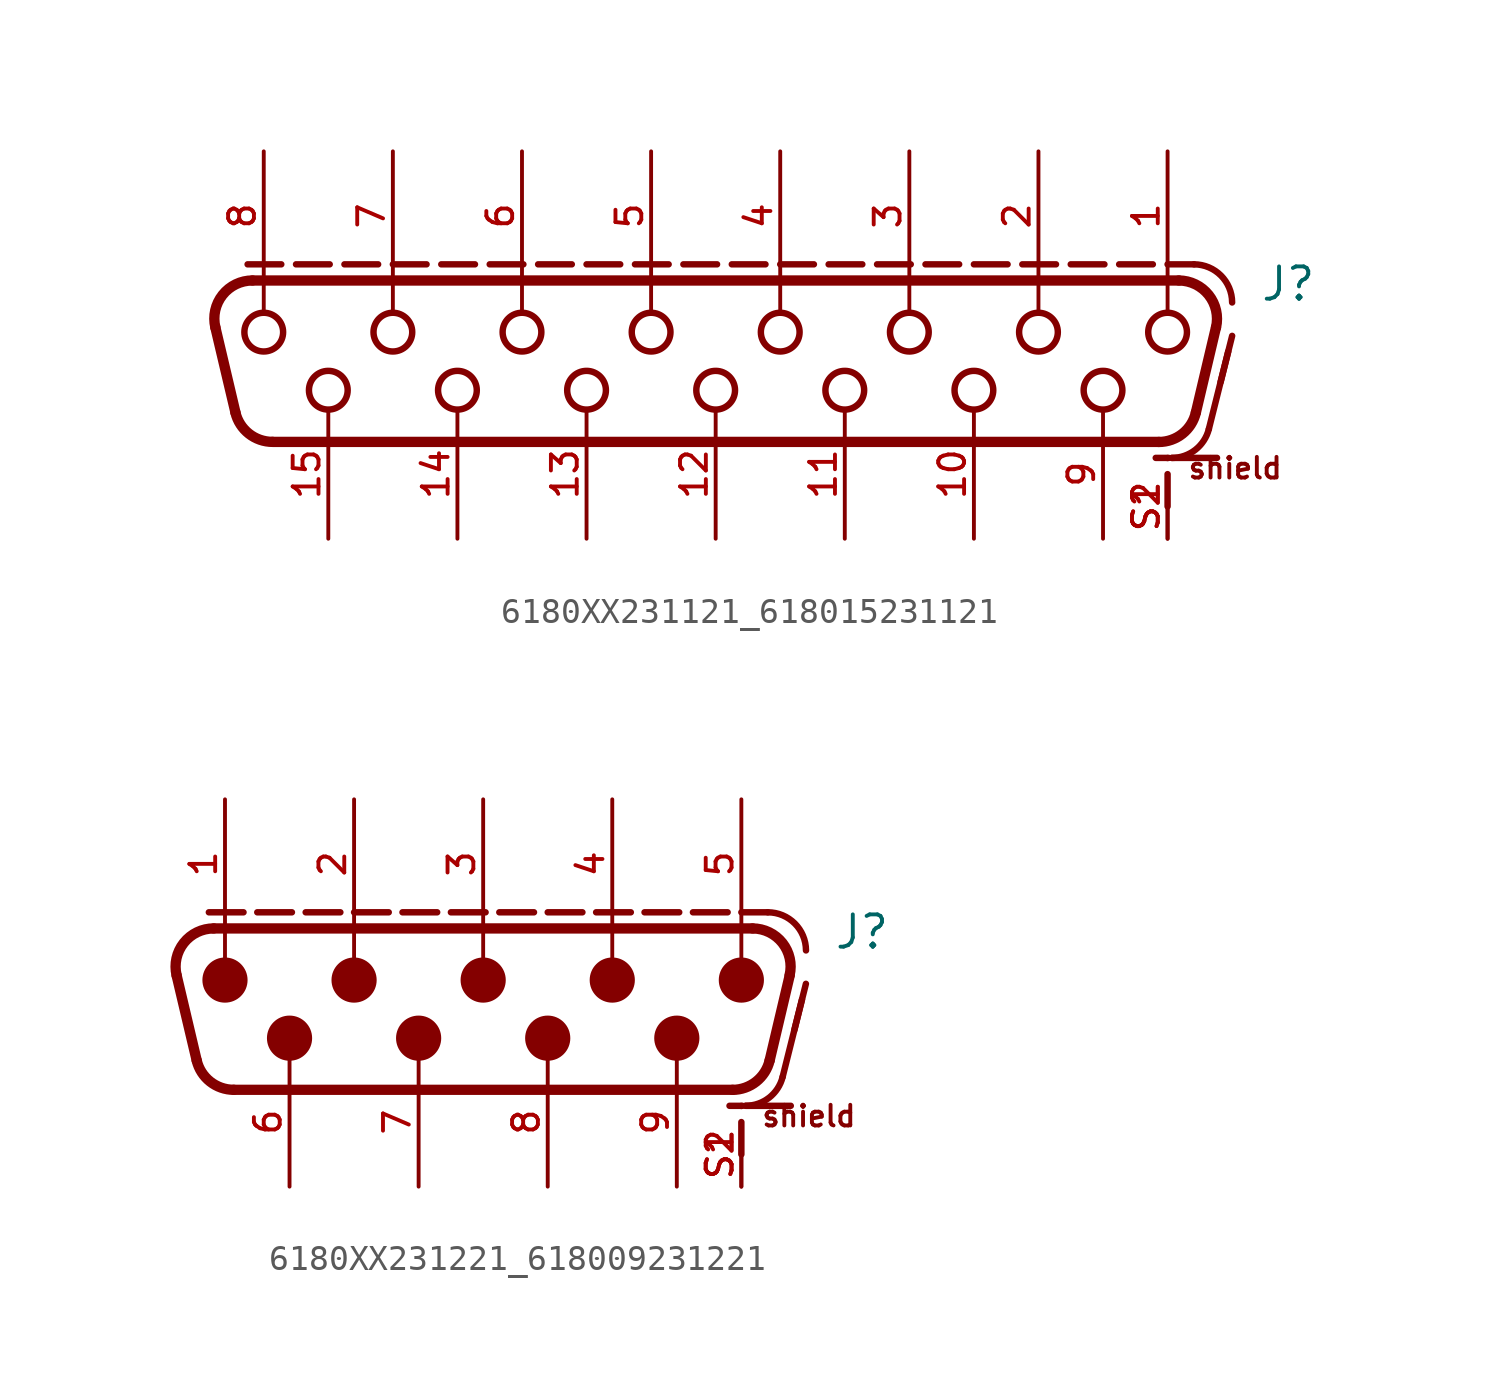
<source format=kicad_sym>
(kicad_symbol_lib
  (version 20241209)
  (generator "kicad_symbol_editor")
  (generator_version "9.0")
  (symbol "6180XX231121_618015231121"
    (pin_names
      (offset 1.016))
    (property "Reference" "J"
      (at 21.4 1.66 0)
      (effects (font (size 1.27 1.27)) (justify left bottom)))
    (symbol "6180XX231121_618015231121_0_0"
      (polyline (pts (xy -18.893 -2.655) (xy -19.684 0.695)) (stroke (width 0.406) (type default)) (fill (type none)))
      (polyline (pts (xy -18.415 3.175) (xy -17.09 3.175)) (stroke (width 0.254) (type default)) (fill (type none)))
      (polyline (pts (xy -18.224 2.54) (xy 18.224 2.54)) (stroke (width 0.406) (type default)) (fill (type none)))
      (arc (start -19.6842 0.6952) (mid -19.4006 1.9708) (end -18.2244 2.54) (stroke (width 0.4064) (type default)) (fill (type none)))
      (polyline (pts (xy -17.78 2.58) (xy -17.78 1.3)) (stroke (width 0.152) (type default)) (fill (type none)))
      (circle (center -17.78 0.508) (radius 0.762) (stroke (width 0.254) (type default)) (fill (type none)))
      (arc (start -17.4331 -3.81) (mid -18.3639 -3.4863) (end -18.8929 -2.6548) (stroke (width 0.4064) (type default)) (fill (type none)))
      (polyline (pts (xy -16.51 3.175) (xy -15.185 3.175)) (stroke (width 0.254) (type default)) (fill (type none)))
      (circle (center -15.24 -1.778) (radius 0.762) (stroke (width 0.254) (type default)) (fill (type none)))
      (polyline (pts (xy -14.605 3.175) (xy -13.28 3.175)) (stroke (width 0.254) (type default)) (fill (type none)))
      (polyline (pts (xy -12.7 3.175) (xy -11.375 3.175)) (stroke (width 0.254) (type default)) (fill (type none)))
      (polyline (pts (xy -12.7 2.58) (xy -12.7 1.3)) (stroke (width 0.152) (type default)) (fill (type none)))
      (circle (center -12.7 0.508) (radius 0.762) (stroke (width 0.254) (type default)) (fill (type none)))
      (polyline (pts (xy -10.795 3.175) (xy -9.47 3.175)) (stroke (width 0.254) (type default)) (fill (type none)))
      (circle (center -10.16 -1.778) (radius 0.762) (stroke (width 0.254) (type default)) (fill (type none)))
      (polyline (pts (xy -8.89 3.175) (xy -7.565 3.175)) (stroke (width 0.254) (type default)) (fill (type none)))
      (polyline (pts (xy -7.62 2.58) (xy -7.62 1.3)) (stroke (width 0.152) (type default)) (fill (type none)))
      (circle (center -7.62 0.508) (radius 0.762) (stroke (width 0.254) (type default)) (fill (type none)))
      (polyline (pts (xy -6.985 3.175) (xy -5.66 3.175)) (stroke (width 0.254) (type default)) (fill (type none)))
      (polyline (pts (xy -5.08 3.175) (xy -3.755 3.175)) (stroke (width 0.254) (type default)) (fill (type none)))
      (circle (center -5.08 -1.778) (radius 0.762) (stroke (width 0.254) (type default)) (fill (type none)))
      (polyline (pts (xy -3.175 3.175) (xy -1.85 3.175)) (stroke (width 0.254) (type default)) (fill (type none)))
      (polyline (pts (xy -2.54 2.58) (xy -2.54 1.3)) (stroke (width 0.152) (type default)) (fill (type none)))
      (circle (center -2.54 0.508) (radius 0.762) (stroke (width 0.254) (type default)) (fill (type none)))
      (polyline (pts (xy -1.27 3.175) (xy 0.055 3.175)) (stroke (width 0.254) (type default)) (fill (type none)))
      (circle (center 0 -1.778) (radius 0.762) (stroke (width 0.254) (type default)) (fill (type none)))
      (polyline (pts (xy 0.635 3.175) (xy 1.96 3.175)) (stroke (width 0.254) (type default)) (fill (type none)))
      (polyline (pts (xy 2.54 3.175) (xy 3.865 3.175)) (stroke (width 0.254) (type default)) (fill (type none)))
      (polyline (pts (xy 2.54 2.58) (xy 2.54 1.3)) (stroke (width 0.152) (type default)) (fill (type none)))
      (circle (center 2.54 0.508) (radius 0.762) (stroke (width 0.254) (type default)) (fill (type none)))
      (polyline (pts (xy 4.445 3.175) (xy 5.77 3.175)) (stroke (width 0.254) (type default)) (fill (type none)))
      (circle (center 5.08 -1.778) (radius 0.762) (stroke (width 0.254) (type default)) (fill (type none)))
      (polyline (pts (xy 6.35 3.175) (xy 7.675 3.175)) (stroke (width 0.254) (type default)) (fill (type none)))
      (polyline (pts (xy 7.62 2.58) (xy 7.62 1.3)) (stroke (width 0.152) (type default)) (fill (type none)))
      (circle (center 7.62 0.508) (radius 0.762) (stroke (width 0.254) (type default)) (fill (type none)))
      (polyline (pts (xy 8.255 3.175) (xy 9.58 3.175)) (stroke (width 0.254) (type default)) (fill (type none)))
      (polyline (pts (xy 10.16 3.175) (xy 11.485 3.175)) (stroke (width 0.254) (type default)) (fill (type none)))
      (circle (center 10.16 -1.778) (radius 0.762) (stroke (width 0.254) (type default)) (fill (type none)))
      (polyline (pts (xy 12.065 3.175) (xy 13.39 3.175)) (stroke (width 0.254) (type default)) (fill (type none)))
      (polyline (pts (xy 12.7 2.58) (xy 12.7 1.3)) (stroke (width 0.152) (type default)) (fill (type none)))
      (circle (center 12.7 0.508) (radius 0.762) (stroke (width 0.254) (type default)) (fill (type none)))
      (polyline (pts (xy 13.97 3.175) (xy 15.295 3.175)) (stroke (width 0.254) (type default)) (fill (type none)))
      (circle (center 15.24 -1.778) (radius 0.762) (stroke (width 0.254) (type default)) (fill (type none)))
      (polyline (pts (xy 15.875 3.175) (xy 17.2 3.175)) (stroke (width 0.254) (type default)) (fill (type none)))
      (polyline (pts (xy 17.433 -3.81) (xy -17.433 -3.81)) (stroke (width 0.406) (type default)) (fill (type none)))
      (arc (start 18.8929 -2.6548) (mid 18.3642 -3.4874) (end 17.4331 -3.81) (stroke (width 0.4064) (type default)) (fill (type none)))
      (polyline (pts (xy 17.78 3.175) (xy 18.82 3.175)) (stroke (width 0.254) (type default)) (fill (type none)))
      (polyline (pts (xy 17.78 2.58) (xy 17.78 1.3)) (stroke (width 0.152) (type default)) (fill (type none)))
      (circle (center 17.78 0.508) (radius 0.762) (stroke (width 0.254) (type default)) (fill (type none)))
      (polyline (pts (xy 17.78 -4.445) (xy 17.78 -4.445)) (stroke (width 0.254) (type default)) (fill (type none)))
      (polyline (pts (xy 17.78 -6.35) (xy 17.78 -5.08)) (stroke (width 0.254) (type default)) (fill (type none)))
      (polyline (pts (xy 17.82 -4.44) (xy 17.314 -4.44)) (stroke (width 0.254) (type default)) (fill (type none)))
      (arc (start 19.4041 -3.3038) (mid 18.8719 -4.1219) (end 17.9488 -4.44) (stroke (width 0.254) (type default)) (fill (type none)))
      (arc (start 18.2244 2.54) (mid 19.3973 1.9695) (end 19.6842 0.6952) (stroke (width 0.4064) (type default)) (fill (type none)))
      (arc (start 18.82 3.175) (mid 19.8807 2.7357) (end 20.32 1.675) (stroke (width 0.254) (type default)) (fill (type none)))
      (polyline (pts (xy 19.404 -3.304) (xy 20.166 -0.256)) (stroke (width 0.254) (type default)) (fill (type none)))
      (polyline (pts (xy 19.684 0.695) (xy 18.893 -2.655)) (stroke (width 0.406) (type default)) (fill (type none)))
      (polyline (pts (xy 19.725 -4.44) (xy 17.949 -4.44)) (stroke (width 0.254) (type default)) (fill (type none)))
      (polyline (pts (xy 19.866 -1.456) (xy 20.32 0.36)) (stroke (width 0.254) (type default)) (fill (type none)))
      (text "shield" (at 18.52 -5.32 0) (effects (font (size 0.813 0.813)) (justify left bottom)))
      (pin bidirectional line (at -17.78 7.62 270) (length 5.08) (name "~" (effects (font (size 1.016 1.016)))) (number "8" (effects (font (size 1.016 1.016)))))
      (pin bidirectional line (at -15.24 -7.62 90) (length 5.08) (name "~" (effects (font (size 1.016 1.016)))) (number "15" (effects (font (size 1.016 1.016)))))
      (pin bidirectional line (at -12.7 7.62 270) (length 5.08) (name "~" (effects (font (size 1.016 1.016)))) (number "7" (effects (font (size 1.016 1.016)))))
      (pin bidirectional line (at -10.16 -7.62 90) (length 5.08) (name "~" (effects (font (size 1.016 1.016)))) (number "14" (effects (font (size 1.016 1.016)))))
      (pin bidirectional line (at -7.62 7.62 270) (length 5.08) (name "~" (effects (font (size 1.016 1.016)))) (number "6" (effects (font (size 1.016 1.016)))))
      (pin bidirectional line (at -5.08 -7.62 90) (length 5.08) (name "~" (effects (font (size 1.016 1.016)))) (number "13" (effects (font (size 1.016 1.016)))))
      (pin bidirectional line (at -2.54 7.62 270) (length 5.08) (name "~" (effects (font (size 1.016 1.016)))) (number "5" (effects (font (size 1.016 1.016)))))
      (pin bidirectional line (at 0 -7.62 90) (length 5.08) (name "~" (effects (font (size 1.016 1.016)))) (number "12" (effects (font (size 1.016 1.016)))))
      (pin bidirectional line (at 2.54 7.62 270) (length 5.08) (name "~" (effects (font (size 1.016 1.016)))) (number "4" (effects (font (size 1.016 1.016)))))
      (pin bidirectional line (at 5.08 -7.62 90) (length 5.08) (name "~" (effects (font (size 1.016 1.016)))) (number "11" (effects (font (size 1.016 1.016)))))
      (pin bidirectional line (at 7.62 7.62 270) (length 5.08) (name "~" (effects (font (size 1.016 1.016)))) (number "3" (effects (font (size 1.016 1.016)))))
      (pin bidirectional line (at 10.16 -7.62 90) (length 5.08) (name "~" (effects (font (size 1.016 1.016)))) (number "10" (effects (font (size 1.016 1.016)))))
      (pin bidirectional line (at 12.7 7.62 270) (length 5.08) (name "~" (effects (font (size 1.016 1.016)))) (number "2" (effects (font (size 1.016 1.016)))))
      (pin bidirectional line (at 15.24 -7.62 90) (length 5.08) (name "~" (effects (font (size 1.016 1.016)))) (number "9" (effects (font (size 1.016 1.016)))))
      (pin bidirectional line (at 17.78 7.62 270) (length 5.08) (name "~" (effects (font (size 1.016 1.016)))) (number "1" (effects (font (size 1.016 1.016)))))
      (pin bidirectional line (at 17.78 -7.62 90) (length 2.54) (name "~" (effects (font (size 1.016 1.016)))) (number "S1" (effects (font (size 1.016 1.016)))))
      (pin bidirectional line (at 17.78 -7.62 90) (length 2.54) (name "~" (effects (font (size 1.016 1.016)))) (number "S2" (effects (font (size 1.016 1.016)))))))
  (symbol "6180XX231221_618009231221"
    (pin_names
      (offset 1.016))
    (property "Reference" "J"
      (at 13.78 1.66 0)
      (effects (font (size 1.27 1.27)) (justify left bottom)))
    (symbol "6180XX231221_618009231221_0_0"
      (polyline (pts (xy -11.273 -2.655) (xy -12.064 0.695)) (stroke (width 0.406) (type default)) (fill (type none)))
      (polyline (pts (xy -10.795 3.175) (xy -9.431 3.175)) (stroke (width 0.254) (type default)) (fill (type none)))
      (polyline (pts (xy -10.604 2.54) (xy 10.604 2.54)) (stroke (width 0.406) (type default)) (fill (type none)))
      (arc (start -12.0642 0.6952) (mid -11.7806 1.9708) (end -10.6044 2.54) (stroke (width 0.4064) (type default)) (fill (type none)))
      (polyline (pts (xy -10.16 2.58) (xy -10.16 0.4)) (stroke (width 0.152) (type default)) (fill (type none)))
      (circle (center -10.16 0.508) (radius 0.762) (stroke (width 0.254) (type default)) (fill (type outline)))
      (arc (start -9.8131 -3.81) (mid -10.7439 -3.4862) (end -11.2729 -2.6548) (stroke (width 0.4064) (type default)) (fill (type none)))
      (polyline (pts (xy -8.89 3.175) (xy -7.526 3.175)) (stroke (width 0.254) (type default)) (fill (type none)))
      (circle (center -7.62 -1.778) (radius 0.762) (stroke (width 0.254) (type default)) (fill (type outline)))
      (polyline (pts (xy -6.985 3.175) (xy -5.62 3.175)) (stroke (width 0.254) (type default)) (fill (type none)))
      (polyline (pts (xy -5.08 3.175) (xy -3.716 3.175)) (stroke (width 0.254) (type default)) (fill (type none)))
      (polyline (pts (xy -5.08 2.58) (xy -5.08 0.4)) (stroke (width 0.152) (type default)) (fill (type none)))
      (circle (center -5.08 0.508) (radius 0.762) (stroke (width 0.254) (type default)) (fill (type outline)))
      (polyline (pts (xy -3.175 3.175) (xy -1.81 3.175)) (stroke (width 0.254) (type default)) (fill (type none)))
      (circle (center -2.54 -1.778) (radius 0.762) (stroke (width 0.254) (type default)) (fill (type outline)))
      (polyline (pts (xy -1.27 3.175) (xy 0.095 3.175)) (stroke (width 0.254) (type default)) (fill (type none)))
      (polyline (pts (xy 0 2.58) (xy 0 0.4)) (stroke (width 0.152) (type default)) (fill (type none)))
      (circle (center 0 0.508) (radius 0.762) (stroke (width 0.254) (type default)) (fill (type outline)))
      (polyline (pts (xy 0.635 3.175) (xy 2 3.175)) (stroke (width 0.254) (type default)) (fill (type none)))
      (polyline (pts (xy 2.54 3.175) (xy 3.905 3.175)) (stroke (width 0.254) (type default)) (fill (type none)))
      (circle (center 2.54 -1.778) (radius 0.762) (stroke (width 0.254) (type default)) (fill (type outline)))
      (polyline (pts (xy 4.445 3.175) (xy 5.81 3.175)) (stroke (width 0.254) (type default)) (fill (type none)))
      (polyline (pts (xy 5.08 2.58) (xy 5.08 0.4)) (stroke (width 0.152) (type default)) (fill (type none)))
      (circle (center 5.08 0.508) (radius 0.762) (stroke (width 0.254) (type default)) (fill (type outline)))
      (polyline (pts (xy 6.35 3.175) (xy 7.715 3.175)) (stroke (width 0.254) (type default)) (fill (type none)))
      (circle (center 7.62 -1.778) (radius 0.762) (stroke (width 0.254) (type default)) (fill (type outline)))
      (polyline (pts (xy 8.255 3.175) (xy 9.62 3.175)) (stroke (width 0.254) (type default)) (fill (type none)))
      (arc (start 11.2729 -2.6548) (mid 10.7439 -3.4863) (end 9.8131 -3.81) (stroke (width 0.4064) (type default)) (fill (type none)))
      (polyline (pts (xy 9.813 -3.81) (xy -9.813 -3.81)) (stroke (width 0.406) (type default)) (fill (type none)))
      (polyline (pts (xy 10.16 3.175) (xy 11.2 3.175)) (stroke (width 0.254) (type default)) (fill (type none)))
      (polyline (pts (xy 10.16 2.58) (xy 10.16 0.4)) (stroke (width 0.152) (type default)) (fill (type none)))
      (circle (center 10.16 0.508) (radius 0.762) (stroke (width 0.254) (type default)) (fill (type outline)))
      (polyline (pts (xy 10.16 -4.445) (xy 10.16 -4.445)) (stroke (width 0.254) (type default)) (fill (type none)))
      (polyline (pts (xy 10.16 -6.35) (xy 10.16 -5.08)) (stroke (width 0.254) (type default)) (fill (type none)))
      (polyline (pts (xy 10.2 -4.44) (xy 9.694 -4.44)) (stroke (width 0.254) (type default)) (fill (type none)))
      (arc (start 11.7841 -3.3038) (mid 11.2519 -4.1219) (end 10.3288 -4.44) (stroke (width 0.254) (type default)) (fill (type none)))
      (arc (start 10.6044 2.54) (mid 11.7804 1.9707) (end 12.0642 0.6952) (stroke (width 0.4064) (type default)) (fill (type none)))
      (arc (start 11.2 3.175) (mid 12.2607 2.7357) (end 12.7 1.675) (stroke (width 0.254) (type default)) (fill (type none)))
      (polyline (pts (xy 11.784 -3.304) (xy 12.546 -0.256)) (stroke (width 0.254) (type default)) (fill (type none)))
      (polyline (pts (xy 12.064 0.695) (xy 11.273 -2.655)) (stroke (width 0.406) (type default)) (fill (type none)))
      (polyline (pts (xy 12.105 -4.44) (xy 10.329 -4.44)) (stroke (width 0.254) (type default)) (fill (type none)))
      (polyline (pts (xy 12.246 -1.456) (xy 12.7 0.36)) (stroke (width 0.254) (type default)) (fill (type none)))
      (text "shield" (at 10.9 -5.32 0) (effects (font (size 0.813 0.813)) (justify left bottom)))
      (pin bidirectional line (at -10.16 7.62 270) (length 5.08) (name "~" (effects (font (size 1.016 1.016)))) (number "1" (effects (font (size 1.016 1.016)))))
      (pin bidirectional line (at -7.62 -7.62 90) (length 5.08) (name "~" (effects (font (size 1.016 1.016)))) (number "6" (effects (font (size 1.016 1.016)))))
      (pin bidirectional line (at -5.08 7.62 270) (length 5.08) (name "~" (effects (font (size 1.016 1.016)))) (number "2" (effects (font (size 1.016 1.016)))))
      (pin bidirectional line (at -2.54 -7.62 90) (length 5.08) (name "~" (effects (font (size 1.016 1.016)))) (number "7" (effects (font (size 1.016 1.016)))))
      (pin bidirectional line (at 0 7.62 270) (length 5.08) (name "~" (effects (font (size 1.016 1.016)))) (number "3" (effects (font (size 1.016 1.016)))))
      (pin bidirectional line (at 2.54 -7.62 90) (length 5.08) (name "~" (effects (font (size 1.016 1.016)))) (number "8" (effects (font (size 1.016 1.016)))))
      (pin bidirectional line (at 5.08 7.62 270) (length 5.08) (name "~" (effects (font (size 1.016 1.016)))) (number "4" (effects (font (size 1.016 1.016)))))
      (pin bidirectional line (at 7.62 -7.62 90) (length 5.08) (name "~" (effects (font (size 1.016 1.016)))) (number "9" (effects (font (size 1.016 1.016)))))
      (pin bidirectional line (at 10.16 7.62 270) (length 5.08) (name "~" (effects (font (size 1.016 1.016)))) (number "5" (effects (font (size 1.016 1.016)))))
      (pin bidirectional line (at 10.16 -7.62 90) (length 2.54) (name "~" (effects (font (size 1.016 1.016)))) (number "S1" (effects (font (size 1.016 1.016)))))
      (pin bidirectional line (at 10.16 -7.62 90) (length 2.54) (name "~" (effects (font (size 1.016 1.016)))) (number "S2" (effects (font (size 1.016 1.016))))))))
</source>
